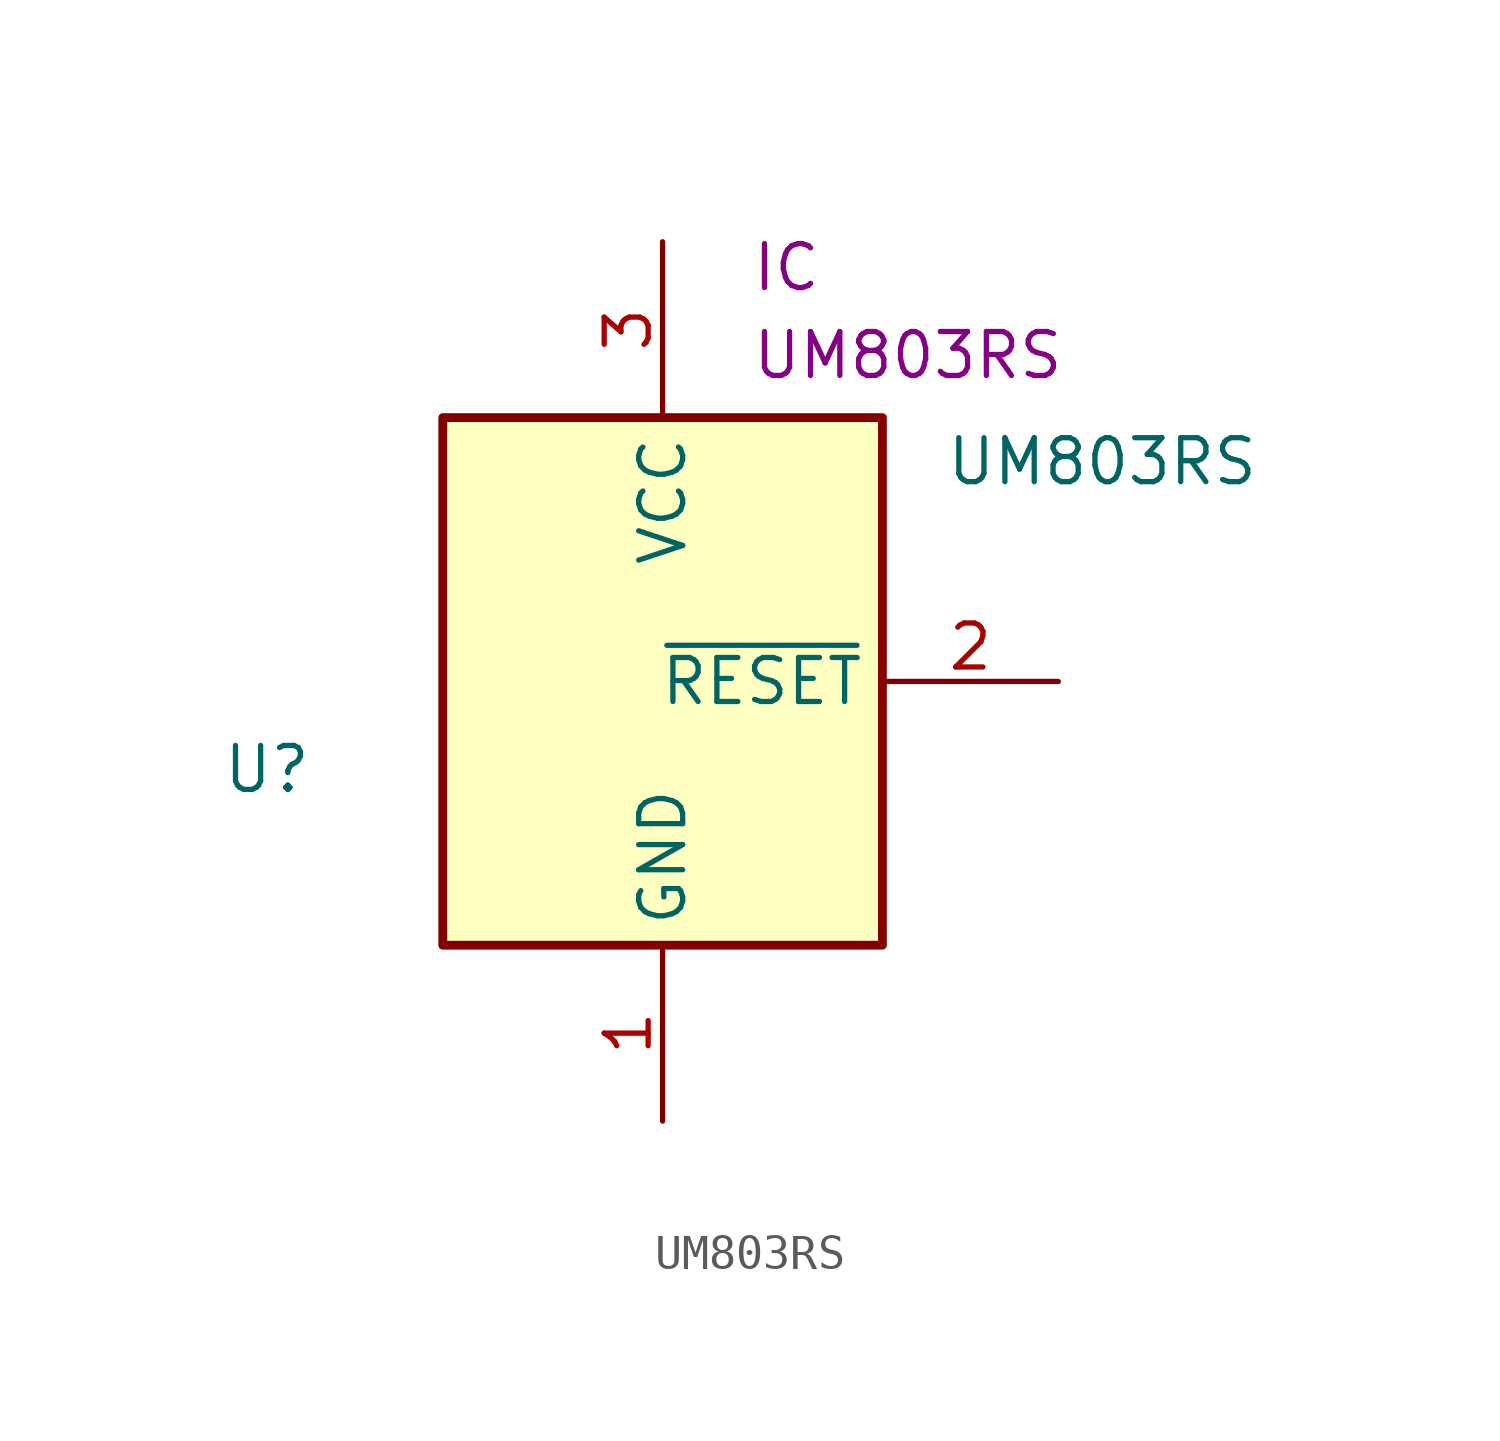
<source format=kicad_sym>
(kicad_symbol_lib
  (version 20211014)
  (generator kicad_symbol_editor)
  (symbol "UM803RS"
    (property "Reference" "U"
      (at -11.43 -1.27 0)
      (effects (font (size 1.27 1.27))))
    (property "Value" "UM803RS"
      (at 12.7 7.62 0)
      (effects (font (size 1.27 1.27))))
    (property "Reference_1" "IC"
      (at 2.54 13.97 0)
      (effects (font (size 1.27 1.27)) (justify left top)))
    (property "Value_1" "UM803RS"
      (at 2.54 11.43 0)
      (effects (font (size 1.27 1.27)) (justify left top)))
    (symbol "UM803RS_1_1"
      (rectangle (start -6.35 8.89) (end 6.35 -6.35) (stroke (width 0.254) (type default) (color 0 0 0 0)) (fill (type background)))
      (pin power_in line (at 0 -11.43 90) (length 5.08) (name "GND" (effects (font (size 1.27 1.27)))) (number "1" (effects (font (size 1.27 1.27)))))
      (pin passive line (at 11.43 1.27 180) (length 5.08) (name "~{RESET}" (effects (font (size 1.27 1.27)))) (number "2" (effects (font (size 1.27 1.27)))))
      (pin power_in line (at 0 13.97 270) (length 5.08) (name "VCC" (effects (font (size 1.27 1.27)))) (number "3" (effects (font (size 1.27 1.27))))))))
</source>
